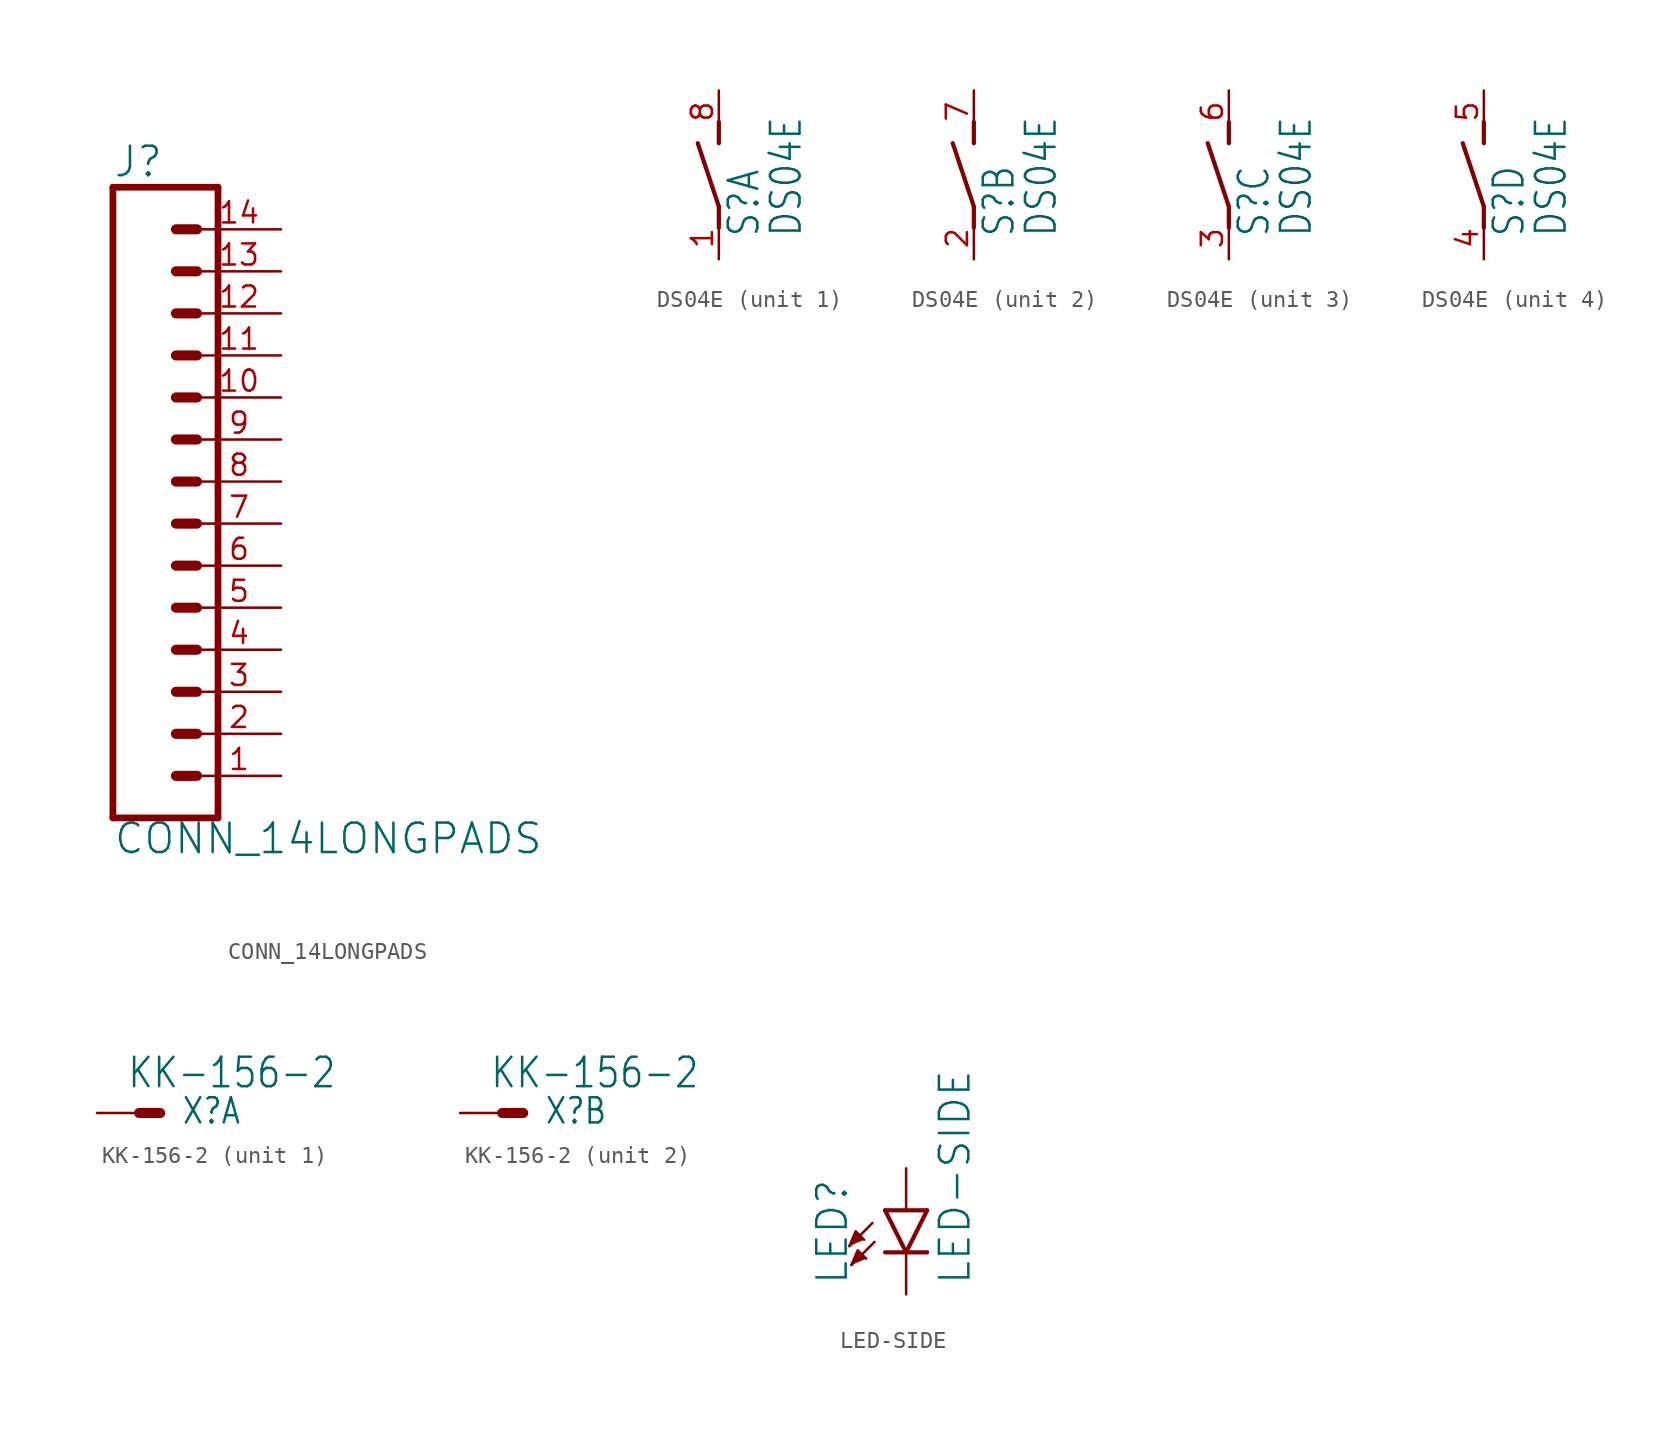
<source format=kicad_sym>
(kicad_symbol_lib
  (version 20211014)
  (generator kicad_symbol_editor)
  (symbol "CONN_14LONGPADS"
    (property "Reference" "J"
      (at 0 18.288 0)
      (effects (font (size 1.778 1.778)) (justify left bottom)))
    (property "Value" "CONN_14LONGPADS"
      (at 0 -22.606 0)
      (effects (font (size 1.778 1.778)) (justify left bottom)))
    (property "ki_locked" ""
      (at 0 0 0)
      (effects (font (size 1.27 1.27))))
    (symbol "CONN_14LONGPADS_1_0"
      (polyline (pts (xy 0 17.78) (xy 0 -20.32)) (stroke (width 0.406) (type default) (color 0 0 0 0)) (fill (type none)))
      (polyline (pts (xy 0 17.78) (xy 6.35 17.78)) (stroke (width 0.406) (type default) (color 0 0 0 0)) (fill (type none)))
      (polyline (pts (xy 3.81 -17.78) (xy 5.08 -17.78)) (stroke (width 0.61) (type default) (color 0 0 0 0)) (fill (type none)))
      (polyline (pts (xy 3.81 -15.24) (xy 5.08 -15.24)) (stroke (width 0.61) (type default) (color 0 0 0 0)) (fill (type none)))
      (polyline (pts (xy 3.81 -12.7) (xy 5.08 -12.7)) (stroke (width 0.61) (type default) (color 0 0 0 0)) (fill (type none)))
      (polyline (pts (xy 3.81 -10.16) (xy 5.08 -10.16)) (stroke (width 0.61) (type default) (color 0 0 0 0)) (fill (type none)))
      (polyline (pts (xy 3.81 -7.62) (xy 5.08 -7.62)) (stroke (width 0.61) (type default) (color 0 0 0 0)) (fill (type none)))
      (polyline (pts (xy 3.81 -5.08) (xy 5.08 -5.08)) (stroke (width 0.61) (type default) (color 0 0 0 0)) (fill (type none)))
      (polyline (pts (xy 3.81 -2.54) (xy 5.08 -2.54)) (stroke (width 0.61) (type default) (color 0 0 0 0)) (fill (type none)))
      (polyline (pts (xy 3.81 0) (xy 5.08 0)) (stroke (width 0.61) (type default) (color 0 0 0 0)) (fill (type none)))
      (polyline (pts (xy 3.81 2.54) (xy 5.08 2.54)) (stroke (width 0.61) (type default) (color 0 0 0 0)) (fill (type none)))
      (polyline (pts (xy 3.81 5.08) (xy 5.08 5.08)) (stroke (width 0.61) (type default) (color 0 0 0 0)) (fill (type none)))
      (polyline (pts (xy 3.81 7.62) (xy 5.08 7.62)) (stroke (width 0.61) (type default) (color 0 0 0 0)) (fill (type none)))
      (polyline (pts (xy 3.81 10.16) (xy 5.08 10.16)) (stroke (width 0.61) (type default) (color 0 0 0 0)) (fill (type none)))
      (polyline (pts (xy 3.81 12.7) (xy 5.08 12.7)) (stroke (width 0.61) (type default) (color 0 0 0 0)) (fill (type none)))
      (polyline (pts (xy 3.81 15.24) (xy 5.08 15.24)) (stroke (width 0.61) (type default) (color 0 0 0 0)) (fill (type none)))
      (polyline (pts (xy 6.35 -20.32) (xy 0 -20.32)) (stroke (width 0.406) (type default) (color 0 0 0 0)) (fill (type none)))
      (polyline (pts (xy 6.35 -20.32) (xy 6.35 17.78)) (stroke (width 0.406) (type default) (color 0 0 0 0)) (fill (type none)))
      (pin passive line (at 10.16 -17.78 180) (length 5.08) (name "1" (effects (font (size 0 0)))) (number "1" (effects (font (size 1.27 1.27)))))
      (pin passive line (at 10.16 5.08 180) (length 5.08) (name "10" (effects (font (size 0 0)))) (number "10" (effects (font (size 1.27 1.27)))))
      (pin passive line (at 10.16 7.62 180) (length 5.08) (name "11" (effects (font (size 0 0)))) (number "11" (effects (font (size 1.27 1.27)))))
      (pin passive line (at 10.16 10.16 180) (length 5.08) (name "12" (effects (font (size 0 0)))) (number "12" (effects (font (size 1.27 1.27)))))
      (pin passive line (at 10.16 12.7 180) (length 5.08) (name "13" (effects (font (size 0 0)))) (number "13" (effects (font (size 1.27 1.27)))))
      (pin passive line (at 10.16 15.24 180) (length 5.08) (name "14" (effects (font (size 0 0)))) (number "14" (effects (font (size 1.27 1.27)))))
      (pin passive line (at 10.16 -15.24 180) (length 5.08) (name "2" (effects (font (size 0 0)))) (number "2" (effects (font (size 1.27 1.27)))))
      (pin passive line (at 10.16 -12.7 180) (length 5.08) (name "3" (effects (font (size 0 0)))) (number "3" (effects (font (size 1.27 1.27)))))
      (pin passive line (at 10.16 -10.16 180) (length 5.08) (name "4" (effects (font (size 0 0)))) (number "4" (effects (font (size 1.27 1.27)))))
      (pin passive line (at 10.16 -7.62 180) (length 5.08) (name "5" (effects (font (size 0 0)))) (number "5" (effects (font (size 1.27 1.27)))))
      (pin passive line (at 10.16 -5.08 180) (length 5.08) (name "6" (effects (font (size 0 0)))) (number "6" (effects (font (size 1.27 1.27)))))
      (pin passive line (at 10.16 -2.54 180) (length 5.08) (name "7" (effects (font (size 0 0)))) (number "7" (effects (font (size 1.27 1.27)))))
      (pin passive line (at 10.16 0 180) (length 5.08) (name "8" (effects (font (size 0 0)))) (number "8" (effects (font (size 1.27 1.27)))))
      (pin passive line (at 10.16 2.54 180) (length 5.08) (name "9" (effects (font (size 0 0)))) (number "9" (effects (font (size 1.27 1.27)))))))
  (symbol "DS04E"
    (property "Reference" "S"
      (at 2.54 -3.81 90)
      (effects (font (size 1.778 1.511)) (justify left bottom)))
    (property "Value" "DS04E"
      (at 5.08 -3.81 90)
      (effects (font (size 1.778 1.511)) (justify left bottom)))
    (property "ki_locked" ""
      (at 0 0 0)
      (effects (font (size 1.27 1.27))))
    (symbol "DS04E_1_0"
      (polyline (pts (xy 0 -3.175) (xy 0 -1.905)) (stroke (width 0.254) (type default) (color 0 0 0 0)) (fill (type none)))
      (polyline (pts (xy 0 -1.905) (xy -1.27 1.905)) (stroke (width 0.254) (type default) (color 0 0 0 0)) (fill (type none)))
      (polyline (pts (xy 0 1.905) (xy 0 3.175)) (stroke (width 0.254) (type default) (color 0 0 0 0)) (fill (type none)))
      (pin passive line (at 0 -5.08 90) (length 2.54) (name "1" (effects (font (size 0 0)))) (number "1" (effects (font (size 1.27 1.27)))))
      (pin passive line (at 0 5.08 270) (length 2.54) (name "2" (effects (font (size 0 0)))) (number "8" (effects (font (size 1.27 1.27))))))
    (symbol "DS04E_2_0"
      (polyline (pts (xy 0 -3.175) (xy 0 -1.905)) (stroke (width 0.254) (type default) (color 0 0 0 0)) (fill (type none)))
      (polyline (pts (xy 0 -1.905) (xy -1.27 1.905)) (stroke (width 0.254) (type default) (color 0 0 0 0)) (fill (type none)))
      (polyline (pts (xy 0 1.905) (xy 0 3.175)) (stroke (width 0.254) (type default) (color 0 0 0 0)) (fill (type none)))
      (pin passive line (at 0 -5.08 90) (length 2.54) (name "1" (effects (font (size 0 0)))) (number "2" (effects (font (size 1.27 1.27)))))
      (pin passive line (at 0 5.08 270) (length 2.54) (name "2" (effects (font (size 0 0)))) (number "7" (effects (font (size 1.27 1.27))))))
    (symbol "DS04E_3_0"
      (polyline (pts (xy 0 -3.175) (xy 0 -1.905)) (stroke (width 0.254) (type default) (color 0 0 0 0)) (fill (type none)))
      (polyline (pts (xy 0 -1.905) (xy -1.27 1.905)) (stroke (width 0.254) (type default) (color 0 0 0 0)) (fill (type none)))
      (polyline (pts (xy 0 1.905) (xy 0 3.175)) (stroke (width 0.254) (type default) (color 0 0 0 0)) (fill (type none)))
      (pin passive line (at 0 -5.08 90) (length 2.54) (name "1" (effects (font (size 0 0)))) (number "3" (effects (font (size 1.27 1.27)))))
      (pin passive line (at 0 5.08 270) (length 2.54) (name "2" (effects (font (size 0 0)))) (number "6" (effects (font (size 1.27 1.27))))))
    (symbol "DS04E_4_0"
      (polyline (pts (xy 0 -3.175) (xy 0 -1.905)) (stroke (width 0.254) (type default) (color 0 0 0 0)) (fill (type none)))
      (polyline (pts (xy 0 -1.905) (xy -1.27 1.905)) (stroke (width 0.254) (type default) (color 0 0 0 0)) (fill (type none)))
      (polyline (pts (xy 0 1.905) (xy 0 3.175)) (stroke (width 0.254) (type default) (color 0 0 0 0)) (fill (type none)))
      (pin passive line (at 0 -5.08 90) (length 2.54) (name "1" (effects (font (size 0 0)))) (number "4" (effects (font (size 1.27 1.27)))))
      (pin passive line (at 0 5.08 270) (length 2.54) (name "2" (effects (font (size 0 0)))) (number "5" (effects (font (size 1.27 1.27)))))))
  (symbol "KK-156-2"
    (property "Reference" "X"
      (at 2.54 -0.762 0)
      (effects (font (size 1.524 1.295)) (justify left bottom)))
    (property "Value" "KK-156-2"
      (at -0.762 1.397 0)
      (effects (font (size 1.778 1.511)) (justify left bottom)))
    (property "ki_locked" ""
      (at 0 0 0)
      (effects (font (size 1.27 1.27))))
    (symbol "KK-156-2_1_0"
      (polyline (pts (xy 1.27 0) (xy 0 0)) (stroke (width 0.61) (type default) (color 0 0 0 0)) (fill (type none)))
      (pin passive line (at -2.54 0 0) (length 2.54) (name "S" (effects (font (size 0 0)))) (number "1" (effects (font (size 0 0))))))
    (symbol "KK-156-2_2_0"
      (polyline (pts (xy 1.27 0) (xy 0 0)) (stroke (width 0.61) (type default) (color 0 0 0 0)) (fill (type none)))
      (pin passive line (at -2.54 0 0) (length 2.54) (name "S" (effects (font (size 0 0)))) (number "2" (effects (font (size 0 0)))))))
  (symbol "LED-SIDE"
    (property "Reference" "LED"
      (at -3.429 -4.572 90)
      (effects (font (size 1.778 1.778)) (justify left bottom)))
    (property "Value" "LED-SIDE"
      (at 1.905 -4.572 90)
      (effects (font (size 1.778 1.778)) (justify left top)))
    (property "ki_locked" ""
      (at 0 0 0)
      (effects (font (size 1.27 1.27))))
    (symbol "LED-SIDE_1_0"
      (polyline (pts (xy -2.032 -0.762) (xy -3.429 -2.159)) (stroke (width 0.152) (type default) (color 0 0 0 0)) (fill (type none)))
      (polyline (pts (xy -1.905 -1.905) (xy -3.302 -3.302)) (stroke (width 0.152) (type default) (color 0 0 0 0)) (fill (type none)))
      (polyline (pts (xy 0 -2.54) (xy -1.27 -2.54)) (stroke (width 0.254) (type default) (color 0 0 0 0)) (fill (type none)))
      (polyline (pts (xy 0 -2.54) (xy -1.27 0)) (stroke (width 0.254) (type default) (color 0 0 0 0)) (fill (type none)))
      (polyline (pts (xy 1.27 -2.54) (xy 0 -2.54)) (stroke (width 0.254) (type default) (color 0 0 0 0)) (fill (type none)))
      (polyline (pts (xy 1.27 0) (xy -1.27 0)) (stroke (width 0.254) (type default) (color 0 0 0 0)) (fill (type none)))
      (polyline (pts (xy 1.27 0) (xy 0 -2.54)) (stroke (width 0.254) (type default) (color 0 0 0 0)) (fill (type none)))
      (polyline (pts (xy -3.429 -2.159) (xy -3.048 -1.27) (xy -2.54 -1.778)) (stroke (width 0) (type default) (color 0 0 0 0)) (fill (type outline)))
      (polyline (pts (xy -3.302 -3.302) (xy -2.921 -2.413) (xy -2.413 -2.921)) (stroke (width 0) (type default) (color 0 0 0 0)) (fill (type outline)))
      (pin passive line (at 0 2.54 270) (length 2.54) (name "A" (effects (font (size 0 0)))) (number "A" (effects (font (size 0 0)))))
      (pin passive line (at 0 -5.08 90) (length 2.54) (name "C" (effects (font (size 0 0)))) (number "K" (effects (font (size 0 0))))))))
</source>
